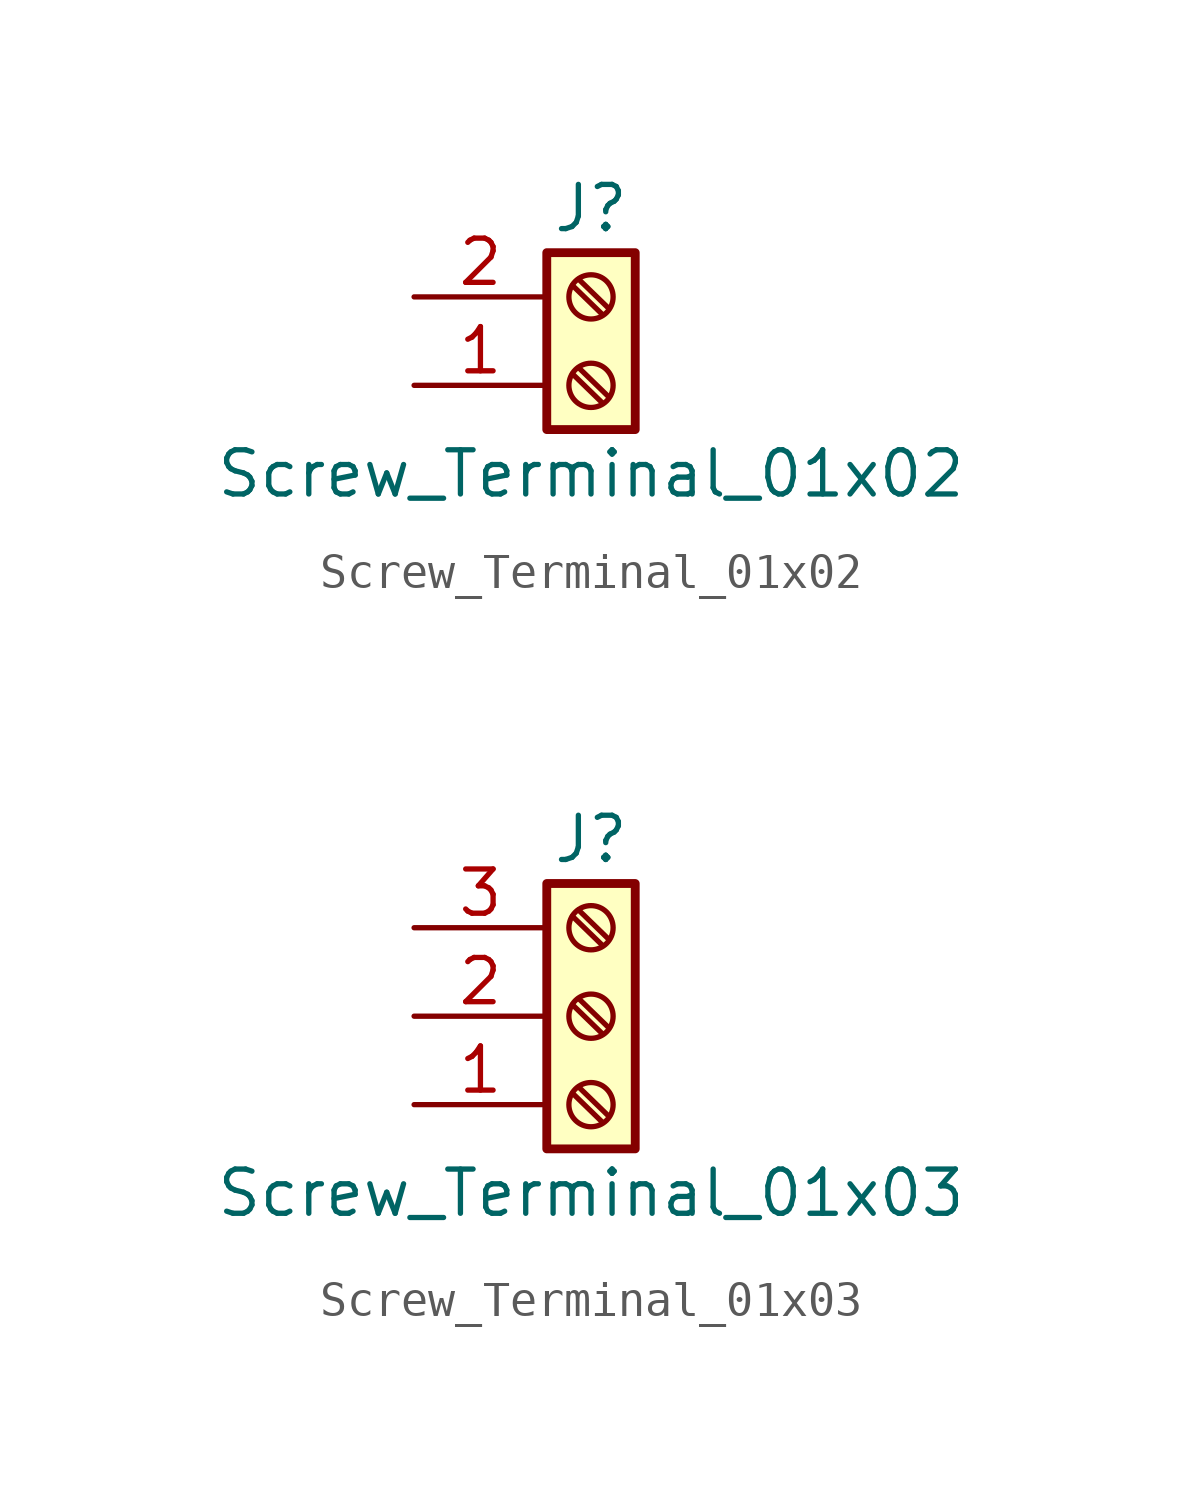
<source format=kicad_sym>
(kicad_symbol_lib
  (version 20241209)
  (generator "kicad_symbol_editor")
  (generator_version "9.0")
  (symbol "Screw_Terminal_01x02"
    (pin_names
      (offset 1.016)
      (hide yes))
    (property "Reference" "J"
      (at 0 2.54 0)
      (effects (font (size 1.27 1.27))))
    (property "Value" "Screw_Terminal_01x02"
      (at 0 -5.08 0)
      (effects (font (size 1.27 1.27))))
    (symbol "Screw_Terminal_01x02_1_1"
      (rectangle (start -1.27 1.27) (end 1.27 -3.81) (stroke (width 0.254) (type default)) (fill (type background)))
      (polyline (pts (xy -0.533 0.33) (xy 0.33 -0.508)) (stroke (width 0.152) (type default)) (fill (type none)))
      (polyline (pts (xy -0.533 -2.21) (xy 0.33 -3.048)) (stroke (width 0.152) (type default)) (fill (type none)))
      (polyline (pts (xy -0.356 0.508) (xy 0.508 -0.33)) (stroke (width 0.152) (type default)) (fill (type none)))
      (polyline (pts (xy -0.356 -2.032) (xy 0.508 -2.87)) (stroke (width 0.152) (type default)) (fill (type none)))
      (circle (center 0 0) (radius 0.635) (stroke (width 0.152) (type default)) (fill (type none)))
      (circle (center 0 -2.54) (radius 0.635) (stroke (width 0.152) (type default)) (fill (type none)))
      (pin passive line (at -5.08 0 0) (length 3.81) (name "Pin_1" (effects (font (size 1.27 1.27)))) (number "2" (effects (font (size 1.27 1.27)))))
      (pin passive line (at -5.08 -2.54 0) (length 3.81) (name "Pin_2" (effects (font (size 1.27 1.27)))) (number "1" (effects (font (size 1.27 1.27)))))))
  (symbol "Screw_Terminal_01x03"
    (pin_names
      (offset 1.016)
      (hide yes))
    (property "Reference" "J"
      (at 0 5.08 0)
      (effects (font (size 1.27 1.27))))
    (property "Value" "Screw_Terminal_01x03"
      (at 0 -5.08 0)
      (effects (font (size 1.27 1.27))))
    (symbol "Screw_Terminal_01x03_1_1"
      (rectangle (start -1.27 3.81) (end 1.27 -3.81) (stroke (width 0.254) (type default)) (fill (type background)))
      (polyline (pts (xy -0.533 2.87) (xy 0.33 2.032)) (stroke (width 0.152) (type default)) (fill (type none)))
      (polyline (pts (xy -0.533 0.33) (xy 0.33 -0.508)) (stroke (width 0.152) (type default)) (fill (type none)))
      (polyline (pts (xy -0.533 -2.21) (xy 0.33 -3.048)) (stroke (width 0.152) (type default)) (fill (type none)))
      (polyline (pts (xy -0.356 3.048) (xy 0.508 2.21)) (stroke (width 0.152) (type default)) (fill (type none)))
      (polyline (pts (xy -0.356 0.508) (xy 0.508 -0.33)) (stroke (width 0.152) (type default)) (fill (type none)))
      (polyline (pts (xy -0.356 -2.032) (xy 0.508 -2.87)) (stroke (width 0.152) (type default)) (fill (type none)))
      (circle (center 0 2.54) (radius 0.635) (stroke (width 0.152) (type default)) (fill (type none)))
      (circle (center 0 0) (radius 0.635) (stroke (width 0.152) (type default)) (fill (type none)))
      (circle (center 0 -2.54) (radius 0.635) (stroke (width 0.152) (type default)) (fill (type none)))
      (pin passive line (at -5.08 2.54 0) (length 3.81) (name "Pin_1" (effects (font (size 1.27 1.27)))) (number "3" (effects (font (size 1.27 1.27)))))
      (pin passive line (at -5.08 0 0) (length 3.81) (name "Pin_2" (effects (font (size 1.27 1.27)))) (number "2" (effects (font (size 1.27 1.27)))))
      (pin passive line (at -5.08 -2.54 0) (length 3.81) (name "Pin_3" (effects (font (size 1.27 1.27)))) (number "1" (effects (font (size 1.27 1.27))))))))
</source>
